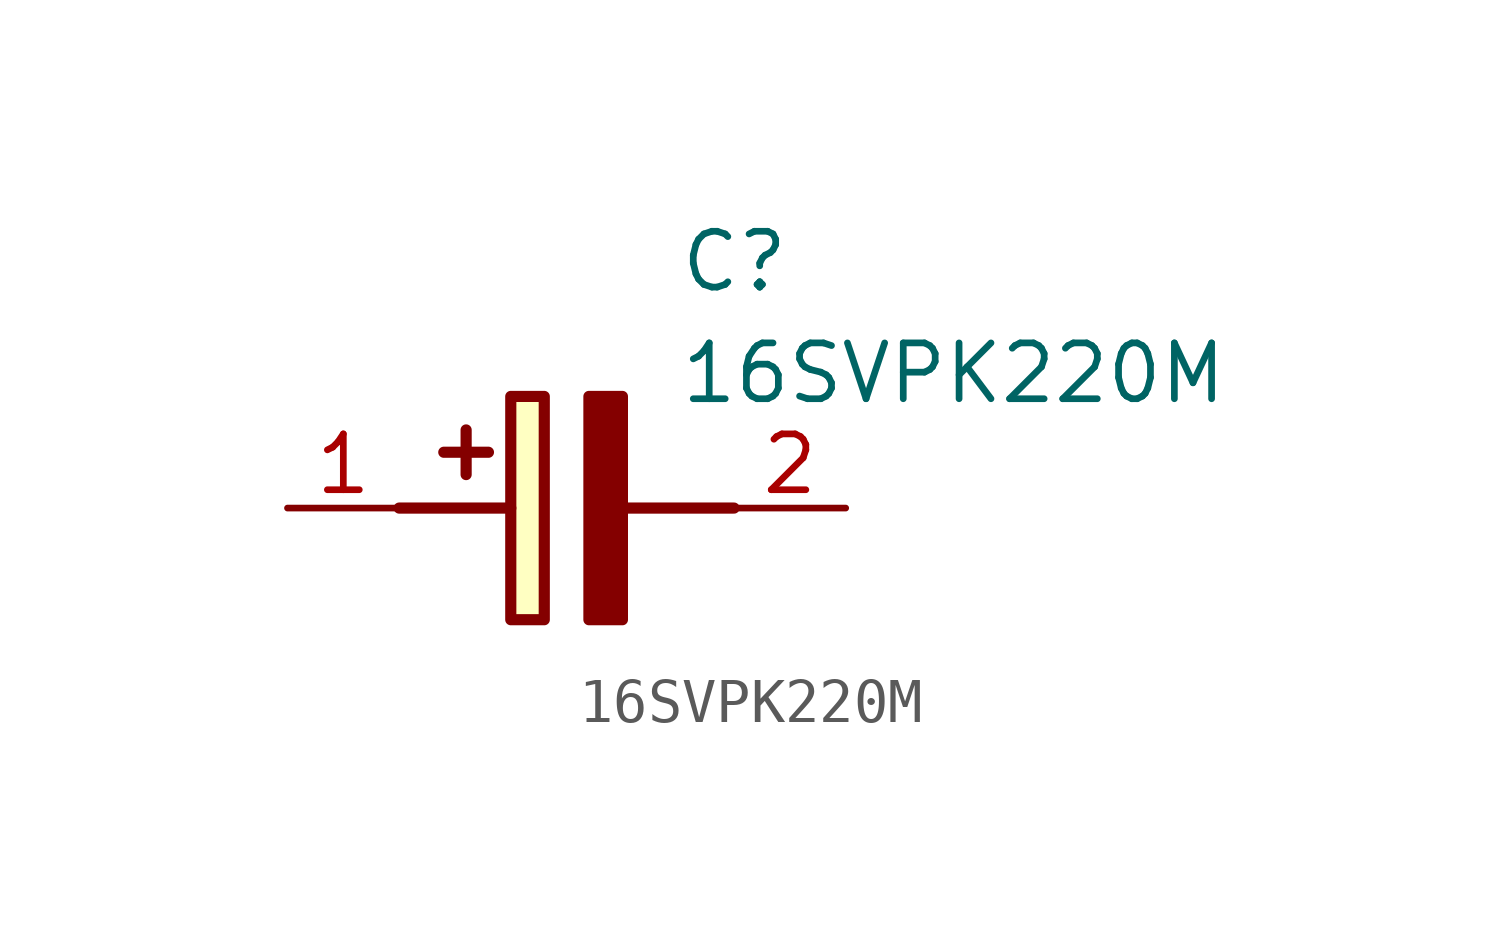
<source format=kicad_sym>
(kicad_symbol_lib
  (version 20211014)
  (generator SamacSys_ECAD_Model)
  (symbol "16SVPK220M"
    (pin_names hide)
    (property "Reference" "C"
      (at 8.89 6.35 0)
      (effects (font (size 1.27 1.27)) (justify left top)))
    (property "Value" "16SVPK220M"
      (at 8.89 3.81 0)
      (effects (font (size 1.27 1.27)) (justify left top)))
    (rectangle
      (start 5.08 2.54)
      (end 5.842 -2.54)
      (stroke (width 0.254) (type default))
      (fill (type background)))
    (polyline
      (pts (xy 4.572 1.27) (xy 3.556 1.27))
      (stroke (width 0.254) (type default))
      (fill (type none)))
    (polyline
      (pts (xy 4.064 1.778) (xy 4.064 0.762))
      (stroke (width 0.254) (type default))
      (fill (type none)))
    (polyline
      (pts (xy 2.54 0) (xy 5.08 0))
      (stroke (width 0.254) (type default))
      (fill (type none)))
    (polyline
      (pts (xy 7.62 0) (xy 10.16 0))
      (stroke (width 0.254) (type default))
      (fill (type none)))
    (polyline
      (pts (xy 7.62 2.54) (xy 7.62 -2.54) (xy 6.858 -2.54) (xy 6.858 2.54) (xy 7.62 2.54))
      (stroke (width 0.254) (type default))
      (fill (type outline)))
    (pin passive line
      (at 0 0 0)
      (length 2.54)
      (name "+" (effects (font (size 1.27 1.27))))
      (number "1" (effects (font (size 1.27 1.27)))))
    (pin passive line
      (at 12.7 0 180)
      (length 2.54)
      (name "-" (effects (font (size 1.27 1.27))))
      (number "2" (effects (font (size 1.27 1.27)))))))
</source>
